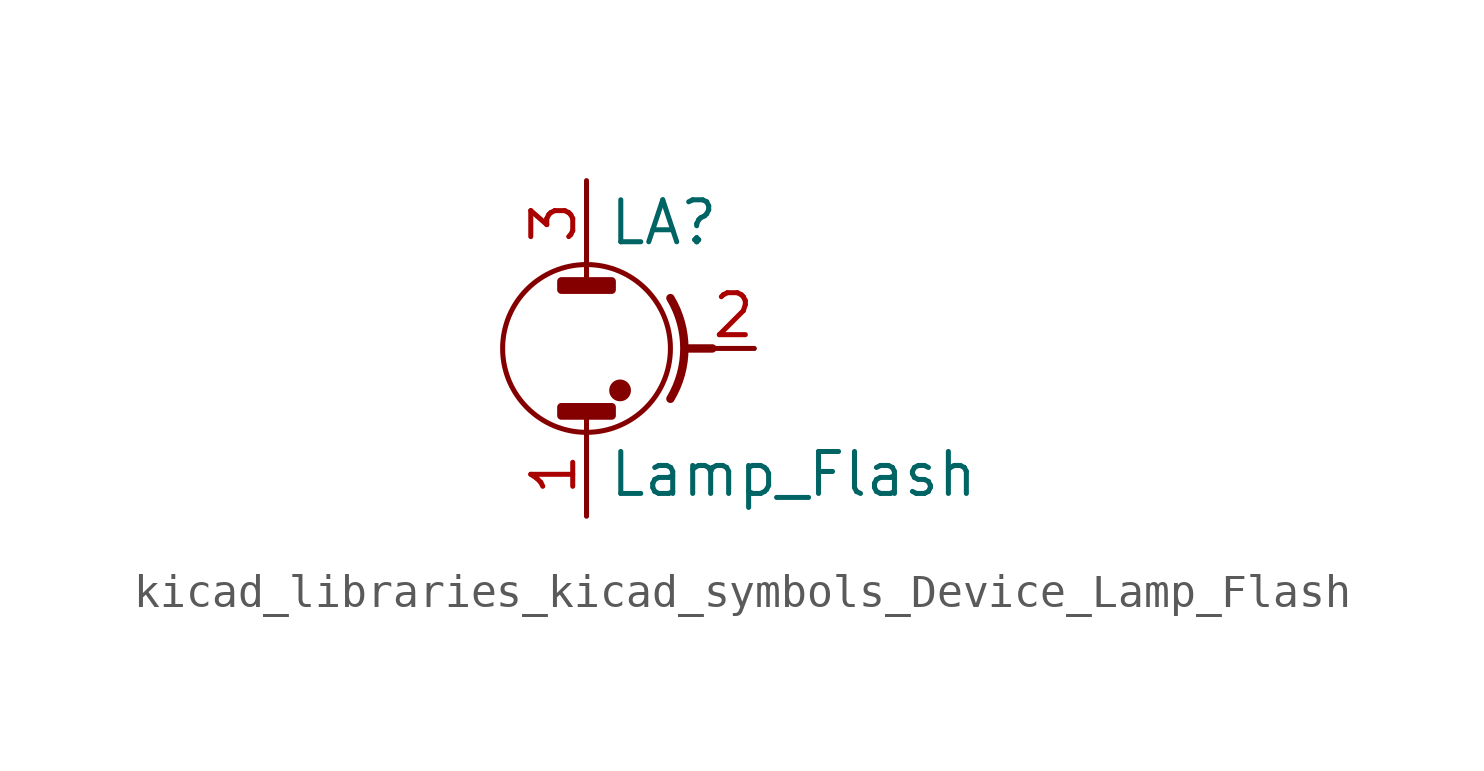
<source format=kicad_sym>
(kicad_symbol_lib
  (version 20220914)
  (generator kicad_symbol_editor)
  (symbol "kicad_libraries_kicad_symbols_Device_Lamp_Flash"
    (pin_names
      (offset 0.025) hide)
    (property "Reference" "LA"
      (at 0.635 3.81 0)
      (effects (font (size 1.27 1.27)) (justify left)))
    (property "Value" "Lamp_Flash"
      (at 0.635 -3.81 0)
      (effects (font (size 1.27 1.27)) (justify left)))
    (symbol "kicad_libraries_kicad_symbols_Device_Lamp_Flash_0_0"
      (rectangle (start -0.762 -1.778) (end 0.762 -2.032) (stroke (width 0.254) (type default)) (fill (type outline)))
      (rectangle (start -0.762 2.032) (end 0.762 1.778) (stroke (width 0.254) (type default)) (fill (type outline)))
      (polyline (pts (xy 3.048 0) (xy 3.81 0)) (stroke (width 0.254) (type default)) (fill (type none)))
      (arc (start 2.54 -1.524) (mid 2.9621 0) (end 2.54 1.524) (stroke (width 0.254) (type default)) (fill (type none))))
    (symbol "kicad_libraries_kicad_symbols_Device_Lamp_Flash_0_1"
      (polyline (pts (xy 0 -2.54) (xy 0 -2.032)) (stroke (width 0) (type default)) (fill (type none)))
      (polyline (pts (xy 0 2.54) (xy 0 2.032)) (stroke (width 0) (type default)) (fill (type none)))
      (circle (center 0 0) (radius 2.54) (stroke (width 0) (type default)) (fill (type none)))
      (circle (center 1.016 -1.27) (radius 0.254) (stroke (width 0) (type default)) (fill (type outline))))
    (symbol "kicad_libraries_kicad_symbols_Device_Lamp_Flash_1_1"
      (pin passive line (at 0 -5.08 90) (length 2.54) (name "~" (effects (font (size 1.27 1.27)))) (number "1" (effects (font (size 1.27 1.27)))))
      (pin passive line (at 5.08 0 180) (length 1.27) (name "~" (effects (font (size 1.27 1.27)))) (number "2" (effects (font (size 1.27 1.27)))))
      (pin passive line (at 0 5.08 270) (length 2.54) (name "~" (effects (font (size 1.27 1.27)))) (number "3" (effects (font (size 1.27 1.27))))))))
</source>
